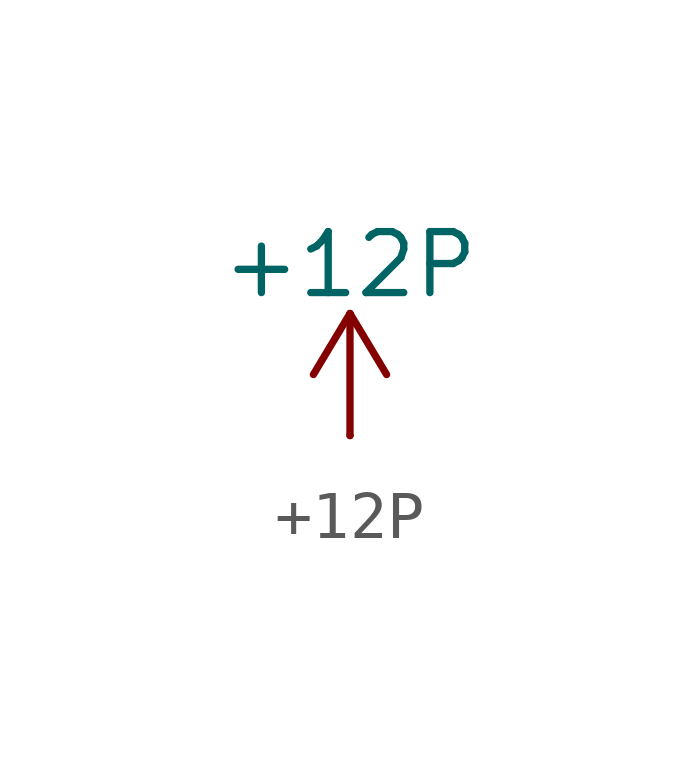
<source format=kicad_sym>
(kicad_symbol_lib
  (version 20241209)
  (generator "kicad_symbol_editor")
  (generator_version "9.0")
  (symbol "+12P"
    (power)
    (pin_numbers
      (hide yes))
    (pin_names
      (offset 0)
      (hide yes))
    (property "Reference" "#PWR"
      (at 0 -3.81 0)
      (effects (font (size 1.27 1.27)) (hide yes)))
    (property "Value" "+12P"
      (at 0 3.556 0)
      (effects (font (size 1.27 1.27))))
    (symbol "+12P_0_1"
      (polyline (pts (xy -0.762 1.27) (xy 0 2.54)) (stroke (width 0) (type default)) (fill (type none)))
      (polyline (pts (xy 0 2.54) (xy 0.762 1.27)) (stroke (width 0) (type default)) (fill (type none)))
      (polyline (pts (xy 0 0) (xy 0 2.54)) (stroke (width 0) (type default)) (fill (type none))))
    (symbol "+12P_1_1"
      (pin power_in line (at 0 0 90) (length 0) (name "~" (effects (font (size 1.27 1.27)))) (number "1" (effects (font (size 1.27 1.27))))))))
</source>
